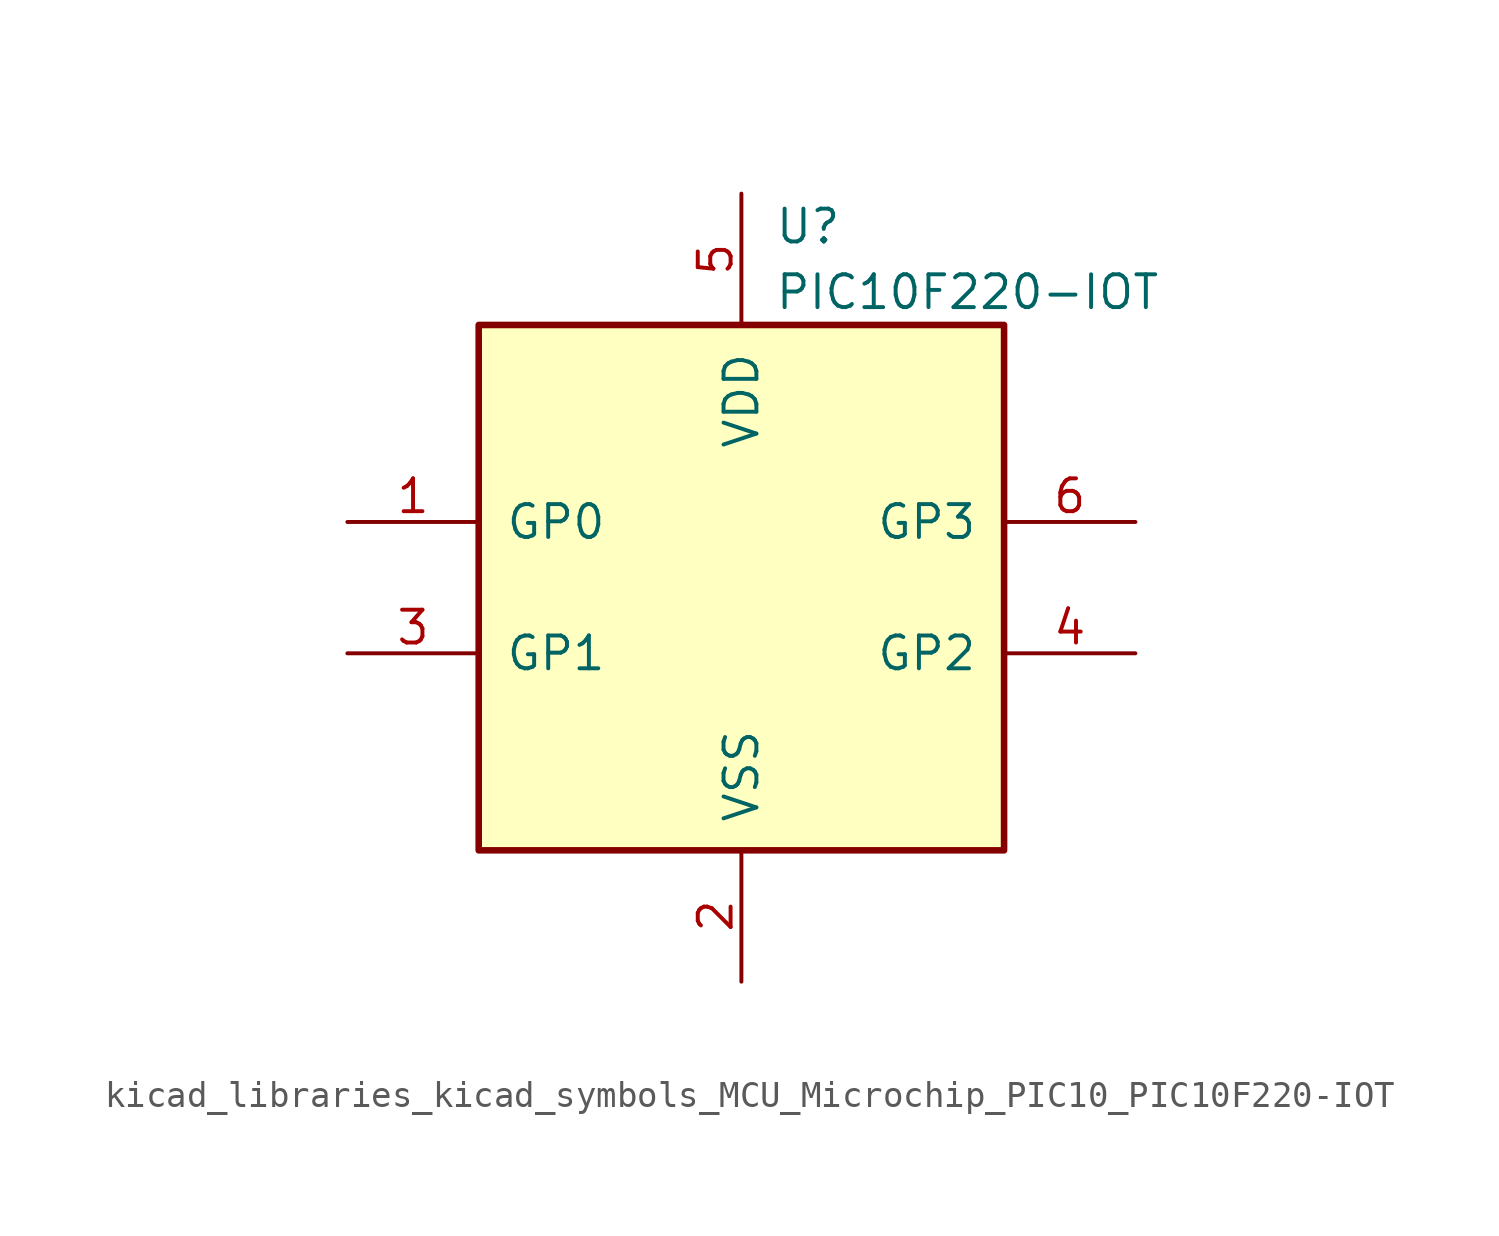
<source format=kicad_sym>
(kicad_symbol_lib
  (version 20220914)
  (generator kicad_symbol_editor)
  (symbol "kicad_libraries_kicad_symbols_MCU_Microchip_PIC10_PIC10F220-IOT"
    (pin_names
      (offset 1.016))
    (property "Reference" "U"
      (at 1.27 13.97 0)
      (effects (font (size 1.27 1.27)) (justify left)))
    (property "Value" "PIC10F220-IOT"
      (at 1.27 11.43 0)
      (effects (font (size 1.27 1.27)) (justify left)))
    (symbol "kicad_libraries_kicad_symbols_MCU_Microchip_PIC10_PIC10F220-IOT_0_1"
      (rectangle (start -10.16 10.16) (end 10.16 -10.16) (stroke (width 0.254) (type default)) (fill (type background))))
    (symbol "kicad_libraries_kicad_symbols_MCU_Microchip_PIC10_PIC10F220-IOT_1_1"
      (pin bidirectional line (at -15.24 2.54 0) (length 5.08) (name "GP0" (effects (font (size 1.27 1.27)))) (number "1" (effects (font (size 1.27 1.27)))))
      (pin power_in line (at 0 -15.24 90) (length 5.08) (name "VSS" (effects (font (size 1.27 1.27)))) (number "2" (effects (font (size 1.27 1.27)))))
      (pin bidirectional line (at -15.24 -2.54 0) (length 5.08) (name "GP1" (effects (font (size 1.27 1.27)))) (number "3" (effects (font (size 1.27 1.27)))))
      (pin bidirectional line (at 15.24 -2.54 180) (length 5.08) (name "GP2" (effects (font (size 1.27 1.27)))) (number "4" (effects (font (size 1.27 1.27)))))
      (pin power_in line (at 0 15.24 270) (length 5.08) (name "VDD" (effects (font (size 1.27 1.27)))) (number "5" (effects (font (size 1.27 1.27)))))
      (pin input line (at 15.24 2.54 180) (length 5.08) (name "GP3" (effects (font (size 1.27 1.27)))) (number "6" (effects (font (size 1.27 1.27))))))))
</source>
